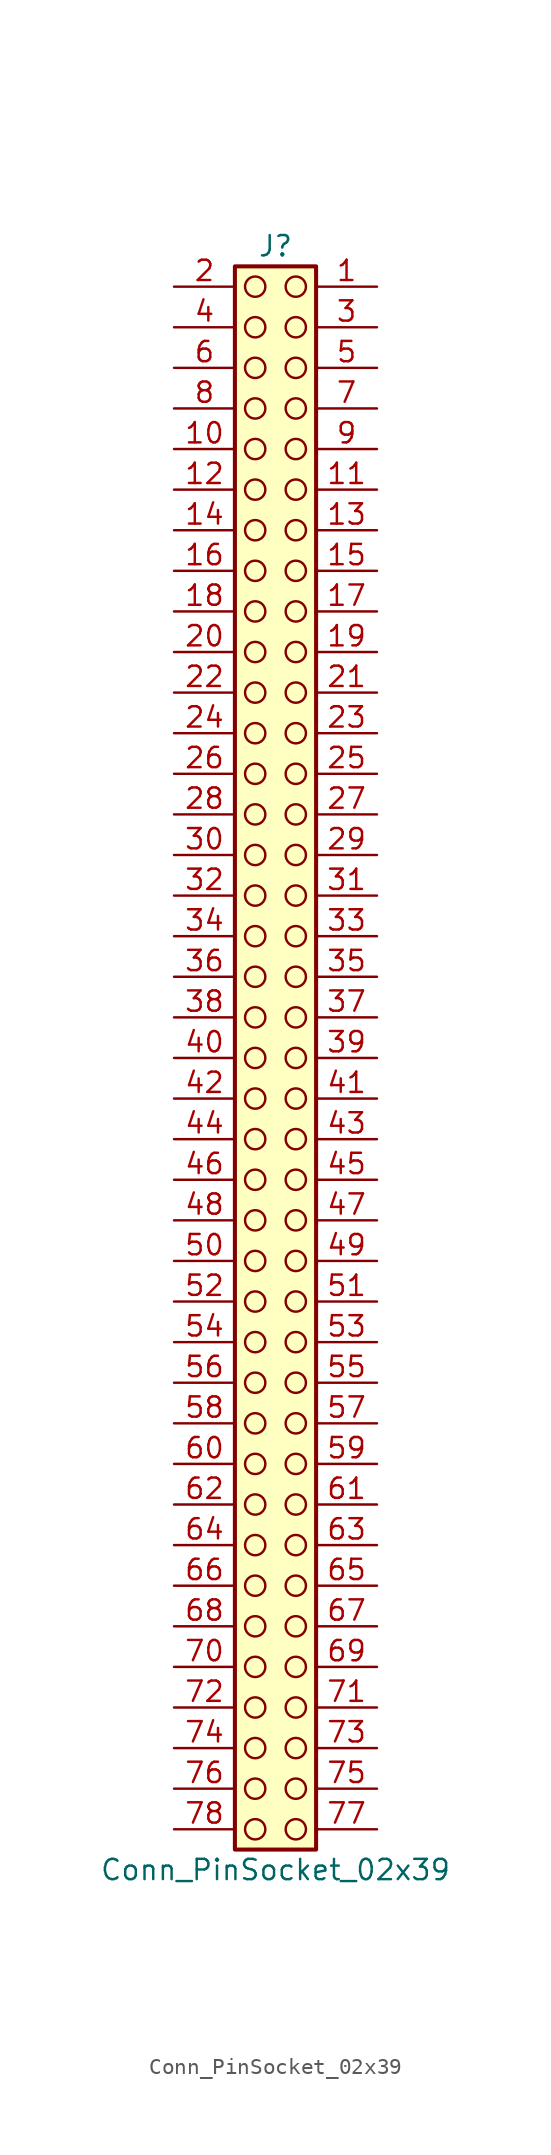
<source format=kicad_sym>
(kicad_symbol_lib
  (version 20241209)
  (generator "kicad_symbol_editor")
  (generator_version "9.0")
  (symbol "Conn_PinSocket_02x39"
    (pin_names
      (offset 1.016)
      (hide yes))
    (property "Reference" "J"
      (at 1.27 50.8 0)
      (effects (font (size 1.27 1.27))))
    (property "Value" "Conn_PinSocket_02x39"
      (at 1.27 -50.8 0)
      (effects (font (size 1.27 1.27))))
    (symbol "Conn_PinSocket_02x39_1_1"
      (rectangle (start -1.27 49.53) (end 3.81 -49.53) (stroke (width 0.254) (type default)) (fill (type background)))
      (circle (center 0 48.26) (radius 0.635) (stroke (width 0) (type solid) (color 132 0 0 1)) (fill (type none)))
      (circle (center 0 45.72) (radius 0.635) (stroke (width 0) (type solid) (color 132 0 0 1)) (fill (type none)))
      (circle (center 0 43.18) (radius 0.635) (stroke (width 0) (type solid) (color 132 0 0 1)) (fill (type none)))
      (circle (center 0 40.64) (radius 0.635) (stroke (width 0) (type solid) (color 132 0 0 1)) (fill (type none)))
      (circle (center 0 38.1) (radius 0.635) (stroke (width 0) (type solid) (color 132 0 0 1)) (fill (type none)))
      (circle (center 0 35.56) (radius 0.635) (stroke (width 0) (type solid) (color 132 0 0 1)) (fill (type none)))
      (circle (center 0 33.02) (radius 0.635) (stroke (width 0) (type solid) (color 132 0 0 1)) (fill (type none)))
      (circle (center 0 30.48) (radius 0.635) (stroke (width 0) (type solid) (color 132 0 0 1)) (fill (type none)))
      (circle (center 0 27.94) (radius 0.635) (stroke (width 0) (type solid) (color 132 0 0 1)) (fill (type none)))
      (circle (center 0 25.4) (radius 0.635) (stroke (width 0) (type solid) (color 132 0 0 1)) (fill (type none)))
      (circle (center 0 22.86) (radius 0.635) (stroke (width 0) (type solid) (color 132 0 0 1)) (fill (type none)))
      (circle (center 0 20.32) (radius 0.635) (stroke (width 0) (type solid) (color 132 0 0 1)) (fill (type none)))
      (circle (center 0 17.78) (radius 0.635) (stroke (width 0) (type solid) (color 132 0 0 1)) (fill (type none)))
      (circle (center 0 15.24) (radius 0.635) (stroke (width 0) (type solid) (color 132 0 0 1)) (fill (type none)))
      (circle (center 0 12.7) (radius 0.635) (stroke (width 0) (type solid) (color 132 0 0 1)) (fill (type none)))
      (circle (center 0 10.16) (radius 0.635) (stroke (width 0) (type solid) (color 132 0 0 1)) (fill (type none)))
      (circle (center 0 7.62) (radius 0.635) (stroke (width 0) (type solid) (color 132 0 0 1)) (fill (type none)))
      (circle (center 0 5.08) (radius 0.635) (stroke (width 0) (type solid) (color 132 0 0 1)) (fill (type none)))
      (circle (center 0 2.54) (radius 0.635) (stroke (width 0) (type solid) (color 132 0 0 1)) (fill (type none)))
      (circle (center 0 0) (radius 0.635) (stroke (width 0) (type solid) (color 132 0 0 1)) (fill (type none)))
      (circle (center 0 -2.54) (radius 0.635) (stroke (width 0) (type solid) (color 132 0 0 1)) (fill (type none)))
      (circle (center 0 -5.08) (radius 0.635) (stroke (width 0) (type solid) (color 132 0 0 1)) (fill (type none)))
      (circle (center 0 -7.62) (radius 0.635) (stroke (width 0) (type solid) (color 132 0 0 1)) (fill (type none)))
      (circle (center 0 -10.16) (radius 0.635) (stroke (width 0) (type solid) (color 132 0 0 1)) (fill (type none)))
      (circle (center 0 -12.7) (radius 0.635) (stroke (width 0) (type solid) (color 132 0 0 1)) (fill (type none)))
      (circle (center 0 -15.24) (radius 0.635) (stroke (width 0) (type solid) (color 132 0 0 1)) (fill (type none)))
      (circle (center 0 -17.78) (radius 0.635) (stroke (width 0) (type solid) (color 132 0 0 1)) (fill (type none)))
      (circle (center 0 -20.32) (radius 0.635) (stroke (width 0) (type solid) (color 132 0 0 1)) (fill (type none)))
      (circle (center 0 -22.86) (radius 0.635) (stroke (width 0) (type solid) (color 132 0 0 1)) (fill (type none)))
      (circle (center 0 -25.4) (radius 0.635) (stroke (width 0) (type solid) (color 132 0 0 1)) (fill (type none)))
      (circle (center 0 -27.94) (radius 0.635) (stroke (width 0) (type solid) (color 132 0 0 1)) (fill (type none)))
      (circle (center 0 -30.48) (radius 0.635) (stroke (width 0) (type solid) (color 132 0 0 1)) (fill (type none)))
      (circle (center 0 -33.02) (radius 0.635) (stroke (width 0) (type solid) (color 132 0 0 1)) (fill (type none)))
      (circle (center 0 -35.56) (radius 0.635) (stroke (width 0) (type solid) (color 132 0 0 1)) (fill (type none)))
      (circle (center 0 -38.1) (radius 0.635) (stroke (width 0) (type solid) (color 132 0 0 1)) (fill (type none)))
      (circle (center 0 -40.64) (radius 0.635) (stroke (width 0) (type solid) (color 132 0 0 1)) (fill (type none)))
      (circle (center 0 -43.18) (radius 0.635) (stroke (width 0) (type solid) (color 132 0 0 1)) (fill (type none)))
      (circle (center 0 -45.72) (radius 0.635) (stroke (width 0) (type solid) (color 132 0 0 1)) (fill (type none)))
      (circle (center 0 -48.26) (radius 0.635) (stroke (width 0) (type solid) (color 132 0 0 1)) (fill (type none)))
      (circle (center 2.54 48.26) (radius 0.635) (stroke (width 0) (type solid) (color 132 0 0 1)) (fill (type none)))
      (circle (center 2.54 45.72) (radius 0.635) (stroke (width 0) (type solid) (color 132 0 0 1)) (fill (type none)))
      (circle (center 2.54 43.18) (radius 0.635) (stroke (width 0) (type solid) (color 132 0 0 1)) (fill (type none)))
      (circle (center 2.54 40.64) (radius 0.635) (stroke (width 0) (type solid) (color 132 0 0 1)) (fill (type none)))
      (circle (center 2.54 38.1) (radius 0.635) (stroke (width 0) (type solid) (color 132 0 0 1)) (fill (type none)))
      (circle (center 2.54 35.56) (radius 0.635) (stroke (width 0) (type solid) (color 132 0 0 1)) (fill (type none)))
      (circle (center 2.54 33.02) (radius 0.635) (stroke (width 0) (type solid) (color 132 0 0 1)) (fill (type none)))
      (circle (center 2.54 30.48) (radius 0.635) (stroke (width 0) (type solid) (color 132 0 0 1)) (fill (type none)))
      (circle (center 2.54 27.94) (radius 0.635) (stroke (width 0) (type solid) (color 132 0 0 1)) (fill (type none)))
      (circle (center 2.54 25.4) (radius 0.635) (stroke (width 0) (type solid) (color 132 0 0 1)) (fill (type none)))
      (circle (center 2.54 22.86) (radius 0.635) (stroke (width 0) (type solid) (color 132 0 0 1)) (fill (type none)))
      (circle (center 2.54 20.32) (radius 0.635) (stroke (width 0) (type solid) (color 132 0 0 1)) (fill (type none)))
      (circle (center 2.54 17.78) (radius 0.635) (stroke (width 0) (type solid) (color 132 0 0 1)) (fill (type none)))
      (circle (center 2.54 15.24) (radius 0.635) (stroke (width 0) (type solid) (color 132 0 0 1)) (fill (type none)))
      (circle (center 2.54 12.7) (radius 0.635) (stroke (width 0) (type solid) (color 132 0 0 1)) (fill (type none)))
      (circle (center 2.54 10.16) (radius 0.635) (stroke (width 0) (type solid) (color 132 0 0 1)) (fill (type none)))
      (circle (center 2.54 7.62) (radius 0.635) (stroke (width 0) (type solid) (color 132 0 0 1)) (fill (type none)))
      (circle (center 2.54 5.08) (radius 0.635) (stroke (width 0) (type solid) (color 132 0 0 1)) (fill (type none)))
      (circle (center 2.54 2.54) (radius 0.635) (stroke (width 0) (type solid) (color 132 0 0 1)) (fill (type none)))
      (circle (center 2.54 0) (radius 0.635) (stroke (width 0) (type solid) (color 132 0 0 1)) (fill (type none)))
      (circle (center 2.54 -2.54) (radius 0.635) (stroke (width 0) (type solid) (color 132 0 0 1)) (fill (type none)))
      (circle (center 2.54 -5.08) (radius 0.635) (stroke (width 0) (type solid) (color 132 0 0 1)) (fill (type none)))
      (circle (center 2.54 -7.62) (radius 0.635) (stroke (width 0) (type solid) (color 132 0 0 1)) (fill (type none)))
      (circle (center 2.54 -10.16) (radius 0.635) (stroke (width 0) (type solid) (color 132 0 0 1)) (fill (type none)))
      (circle (center 2.54 -12.7) (radius 0.635) (stroke (width 0) (type solid) (color 132 0 0 1)) (fill (type none)))
      (circle (center 2.54 -15.24) (radius 0.635) (stroke (width 0) (type solid) (color 132 0 0 1)) (fill (type none)))
      (circle (center 2.54 -17.78) (radius 0.635) (stroke (width 0) (type solid) (color 132 0 0 1)) (fill (type none)))
      (circle (center 2.54 -20.32) (radius 0.635) (stroke (width 0) (type solid) (color 132 0 0 1)) (fill (type none)))
      (circle (center 2.54 -22.86) (radius 0.635) (stroke (width 0) (type solid) (color 132 0 0 1)) (fill (type none)))
      (circle (center 2.54 -25.4) (radius 0.635) (stroke (width 0) (type solid) (color 132 0 0 1)) (fill (type none)))
      (circle (center 2.54 -27.94) (radius 0.635) (stroke (width 0) (type solid) (color 132 0 0 1)) (fill (type none)))
      (circle (center 2.54 -30.48) (radius 0.635) (stroke (width 0) (type solid) (color 132 0 0 1)) (fill (type none)))
      (circle (center 2.54 -33.02) (radius 0.635) (stroke (width 0) (type solid) (color 132 0 0 1)) (fill (type none)))
      (circle (center 2.54 -35.56) (radius 0.635) (stroke (width 0) (type solid) (color 132 0 0 1)) (fill (type none)))
      (circle (center 2.54 -38.1) (radius 0.635) (stroke (width 0) (type solid) (color 132 0 0 1)) (fill (type none)))
      (circle (center 2.54 -40.64) (radius 0.635) (stroke (width 0) (type solid) (color 132 0 0 1)) (fill (type none)))
      (circle (center 2.54 -43.18) (radius 0.635) (stroke (width 0) (type solid) (color 132 0 0 1)) (fill (type none)))
      (circle (center 2.54 -45.72) (radius 0.635) (stroke (width 0) (type solid) (color 132 0 0 1)) (fill (type none)))
      (circle (center 2.54 -48.26) (radius 0.635) (stroke (width 0) (type solid) (color 132 0 0 1)) (fill (type none)))
      (pin passive line (at -5.08 48.26 0) (length 3.81) (name "Pin_2" (effects (font (size 1.27 1.27)))) (number "2" (effects (font (size 1.27 1.27)))))
      (pin passive line (at -5.08 45.72 0) (length 3.81) (name "Pin_4" (effects (font (size 1.27 1.27)))) (number "4" (effects (font (size 1.27 1.27)))))
      (pin passive line (at -5.08 43.18 0) (length 3.81) (name "Pin_6" (effects (font (size 1.27 1.27)))) (number "6" (effects (font (size 1.27 1.27)))))
      (pin passive line (at -5.08 40.64 0) (length 3.81) (name "Pin_8" (effects (font (size 1.27 1.27)))) (number "8" (effects (font (size 1.27 1.27)))))
      (pin passive line (at -5.08 38.1 0) (length 3.81) (name "Pin_10" (effects (font (size 1.27 1.27)))) (number "10" (effects (font (size 1.27 1.27)))))
      (pin passive line (at -5.08 35.56 0) (length 3.81) (name "Pin_12" (effects (font (size 1.27 1.27)))) (number "12" (effects (font (size 1.27 1.27)))))
      (pin passive line (at -5.08 33.02 0) (length 3.81) (name "Pin_14" (effects (font (size 1.27 1.27)))) (number "14" (effects (font (size 1.27 1.27)))))
      (pin passive line (at -5.08 30.48 0) (length 3.81) (name "Pin_16" (effects (font (size 1.27 1.27)))) (number "16" (effects (font (size 1.27 1.27)))))
      (pin passive line (at -5.08 27.94 0) (length 3.81) (name "Pin_18" (effects (font (size 1.27 1.27)))) (number "18" (effects (font (size 1.27 1.27)))))
      (pin passive line (at -5.08 25.4 0) (length 3.81) (name "Pin_20" (effects (font (size 1.27 1.27)))) (number "20" (effects (font (size 1.27 1.27)))))
      (pin passive line (at -5.08 22.86 0) (length 3.81) (name "Pin_22" (effects (font (size 1.27 1.27)))) (number "22" (effects (font (size 1.27 1.27)))))
      (pin passive line (at -5.08 20.32 0) (length 3.81) (name "Pin_24" (effects (font (size 1.27 1.27)))) (number "24" (effects (font (size 1.27 1.27)))))
      (pin passive line (at -5.08 17.78 0) (length 3.81) (name "Pin_26" (effects (font (size 1.27 1.27)))) (number "26" (effects (font (size 1.27 1.27)))))
      (pin passive line (at -5.08 15.24 0) (length 3.81) (name "Pin_28" (effects (font (size 1.27 1.27)))) (number "28" (effects (font (size 1.27 1.27)))))
      (pin passive line (at -5.08 12.7 0) (length 3.81) (name "Pin_30" (effects (font (size 1.27 1.27)))) (number "30" (effects (font (size 1.27 1.27)))))
      (pin passive line (at -5.08 10.16 0) (length 3.81) (name "Pin_32" (effects (font (size 1.27 1.27)))) (number "32" (effects (font (size 1.27 1.27)))))
      (pin passive line (at -5.08 7.62 0) (length 3.81) (name "Pin_34" (effects (font (size 1.27 1.27)))) (number "34" (effects (font (size 1.27 1.27)))))
      (pin passive line (at -5.08 5.08 0) (length 3.81) (name "Pin_36" (effects (font (size 1.27 1.27)))) (number "36" (effects (font (size 1.27 1.27)))))
      (pin passive line (at -5.08 2.54 0) (length 3.81) (name "Pin_38" (effects (font (size 1.27 1.27)))) (number "38" (effects (font (size 1.27 1.27)))))
      (pin passive line (at -5.08 0 0) (length 3.81) (name "Pin_40" (effects (font (size 1.27 1.27)))) (number "40" (effects (font (size 1.27 1.27)))))
      (pin passive line (at -5.08 -2.54 0) (length 3.81) (name "Pin_42" (effects (font (size 1.27 1.27)))) (number "42" (effects (font (size 1.27 1.27)))))
      (pin passive line (at -5.08 -5.08 0) (length 3.81) (name "Pin_44" (effects (font (size 1.27 1.27)))) (number "44" (effects (font (size 1.27 1.27)))))
      (pin passive line (at -5.08 -7.62 0) (length 3.81) (name "Pin_46" (effects (font (size 1.27 1.27)))) (number "46" (effects (font (size 1.27 1.27)))))
      (pin passive line (at -5.08 -10.16 0) (length 3.81) (name "Pin_48" (effects (font (size 1.27 1.27)))) (number "48" (effects (font (size 1.27 1.27)))))
      (pin passive line (at -5.08 -12.7 0) (length 3.81) (name "Pin_50" (effects (font (size 1.27 1.27)))) (number "50" (effects (font (size 1.27 1.27)))))
      (pin passive line (at -5.08 -15.24 0) (length 3.81) (name "Pin_52" (effects (font (size 1.27 1.27)))) (number "52" (effects (font (size 1.27 1.27)))))
      (pin passive line (at -5.08 -17.78 0) (length 3.81) (name "Pin_54" (effects (font (size 1.27 1.27)))) (number "54" (effects (font (size 1.27 1.27)))))
      (pin passive line (at -5.08 -20.32 0) (length 3.81) (name "Pin_56" (effects (font (size 1.27 1.27)))) (number "56" (effects (font (size 1.27 1.27)))))
      (pin passive line (at -5.08 -22.86 0) (length 3.81) (name "Pin_58" (effects (font (size 1.27 1.27)))) (number "58" (effects (font (size 1.27 1.27)))))
      (pin passive line (at -5.08 -25.4 0) (length 3.81) (name "Pin_60" (effects (font (size 1.27 1.27)))) (number "60" (effects (font (size 1.27 1.27)))))
      (pin passive line (at -5.08 -27.94 0) (length 3.81) (name "Pin_62" (effects (font (size 1.27 1.27)))) (number "62" (effects (font (size 1.27 1.27)))))
      (pin passive line (at -5.08 -30.48 0) (length 3.81) (name "Pin_64" (effects (font (size 1.27 1.27)))) (number "64" (effects (font (size 1.27 1.27)))))
      (pin passive line (at -5.08 -33.02 0) (length 3.81) (name "Pin_66" (effects (font (size 1.27 1.27)))) (number "66" (effects (font (size 1.27 1.27)))))
      (pin passive line (at -5.08 -35.56 0) (length 3.81) (name "Pin_68" (effects (font (size 1.27 1.27)))) (number "68" (effects (font (size 1.27 1.27)))))
      (pin passive line (at -5.08 -38.1 0) (length 3.81) (name "Pin_70" (effects (font (size 1.27 1.27)))) (number "70" (effects (font (size 1.27 1.27)))))
      (pin passive line (at -5.08 -40.64 0) (length 3.81) (name "Pin_72" (effects (font (size 1.27 1.27)))) (number "72" (effects (font (size 1.27 1.27)))))
      (pin passive line (at -5.08 -43.18 0) (length 3.81) (name "Pin_74" (effects (font (size 1.27 1.27)))) (number "74" (effects (font (size 1.27 1.27)))))
      (pin passive line (at -5.08 -45.72 0) (length 3.81) (name "Pin_76" (effects (font (size 1.27 1.27)))) (number "76" (effects (font (size 1.27 1.27)))))
      (pin passive line (at -5.08 -48.26 0) (length 3.81) (name "Pin_78" (effects (font (size 1.27 1.27)))) (number "78" (effects (font (size 1.27 1.27)))))
      (pin passive line (at 7.62 48.26 180) (length 3.81) (name "Pin_1" (effects (font (size 1.27 1.27)))) (number "1" (effects (font (size 1.27 1.27)))))
      (pin passive line (at 7.62 45.72 180) (length 3.81) (name "Pin_3" (effects (font (size 1.27 1.27)))) (number "3" (effects (font (size 1.27 1.27)))))
      (pin passive line (at 7.62 43.18 180) (length 3.81) (name "Pin_5" (effects (font (size 1.27 1.27)))) (number "5" (effects (font (size 1.27 1.27)))))
      (pin passive line (at 7.62 40.64 180) (length 3.81) (name "Pin_7" (effects (font (size 1.27 1.27)))) (number "7" (effects (font (size 1.27 1.27)))))
      (pin passive line (at 7.62 38.1 180) (length 3.81) (name "Pin_9" (effects (font (size 1.27 1.27)))) (number "9" (effects (font (size 1.27 1.27)))))
      (pin passive line (at 7.62 35.56 180) (length 3.81) (name "Pin_11" (effects (font (size 1.27 1.27)))) (number "11" (effects (font (size 1.27 1.27)))))
      (pin passive line (at 7.62 33.02 180) (length 3.81) (name "Pin_13" (effects (font (size 1.27 1.27)))) (number "13" (effects (font (size 1.27 1.27)))))
      (pin passive line (at 7.62 30.48 180) (length 3.81) (name "Pin_15" (effects (font (size 1.27 1.27)))) (number "15" (effects (font (size 1.27 1.27)))))
      (pin passive line (at 7.62 27.94 180) (length 3.81) (name "Pin_17" (effects (font (size 1.27 1.27)))) (number "17" (effects (font (size 1.27 1.27)))))
      (pin passive line (at 7.62 25.4 180) (length 3.81) (name "Pin_19" (effects (font (size 1.27 1.27)))) (number "19" (effects (font (size 1.27 1.27)))))
      (pin passive line (at 7.62 22.86 180) (length 3.81) (name "Pin_21" (effects (font (size 1.27 1.27)))) (number "21" (effects (font (size 1.27 1.27)))))
      (pin passive line (at 7.62 20.32 180) (length 3.81) (name "Pin_23" (effects (font (size 1.27 1.27)))) (number "23" (effects (font (size 1.27 1.27)))))
      (pin passive line (at 7.62 17.78 180) (length 3.81) (name "Pin_25" (effects (font (size 1.27 1.27)))) (number "25" (effects (font (size 1.27 1.27)))))
      (pin passive line (at 7.62 15.24 180) (length 3.81) (name "Pin_27" (effects (font (size 1.27 1.27)))) (number "27" (effects (font (size 1.27 1.27)))))
      (pin passive line (at 7.62 12.7 180) (length 3.81) (name "Pin_29" (effects (font (size 1.27 1.27)))) (number "29" (effects (font (size 1.27 1.27)))))
      (pin passive line (at 7.62 10.16 180) (length 3.81) (name "Pin_31" (effects (font (size 1.27 1.27)))) (number "31" (effects (font (size 1.27 1.27)))))
      (pin passive line (at 7.62 7.62 180) (length 3.81) (name "Pin_33" (effects (font (size 1.27 1.27)))) (number "33" (effects (font (size 1.27 1.27)))))
      (pin passive line (at 7.62 5.08 180) (length 3.81) (name "Pin_35" (effects (font (size 1.27 1.27)))) (number "35" (effects (font (size 1.27 1.27)))))
      (pin passive line (at 7.62 2.54 180) (length 3.81) (name "Pin_37" (effects (font (size 1.27 1.27)))) (number "37" (effects (font (size 1.27 1.27)))))
      (pin passive line (at 7.62 0 180) (length 3.81) (name "Pin_39" (effects (font (size 1.27 1.27)))) (number "39" (effects (font (size 1.27 1.27)))))
      (pin passive line (at 7.62 -2.54 180) (length 3.81) (name "Pin_41" (effects (font (size 1.27 1.27)))) (number "41" (effects (font (size 1.27 1.27)))))
      (pin passive line (at 7.62 -5.08 180) (length 3.81) (name "Pin_43" (effects (font (size 1.27 1.27)))) (number "43" (effects (font (size 1.27 1.27)))))
      (pin passive line (at 7.62 -7.62 180) (length 3.81) (name "Pin_45" (effects (font (size 1.27 1.27)))) (number "45" (effects (font (size 1.27 1.27)))))
      (pin passive line (at 7.62 -10.16 180) (length 3.81) (name "Pin_47" (effects (font (size 1.27 1.27)))) (number "47" (effects (font (size 1.27 1.27)))))
      (pin passive line (at 7.62 -12.7 180) (length 3.81) (name "Pin_49" (effects (font (size 1.27 1.27)))) (number "49" (effects (font (size 1.27 1.27)))))
      (pin passive line (at 7.62 -15.24 180) (length 3.81) (name "Pin_51" (effects (font (size 1.27 1.27)))) (number "51" (effects (font (size 1.27 1.27)))))
      (pin passive line (at 7.62 -17.78 180) (length 3.81) (name "Pin_53" (effects (font (size 1.27 1.27)))) (number "53" (effects (font (size 1.27 1.27)))))
      (pin passive line (at 7.62 -20.32 180) (length 3.81) (name "Pin_55" (effects (font (size 1.27 1.27)))) (number "55" (effects (font (size 1.27 1.27)))))
      (pin passive line (at 7.62 -22.86 180) (length 3.81) (name "Pin_57" (effects (font (size 1.27 1.27)))) (number "57" (effects (font (size 1.27 1.27)))))
      (pin passive line (at 7.62 -25.4 180) (length 3.81) (name "Pin_59" (effects (font (size 1.27 1.27)))) (number "59" (effects (font (size 1.27 1.27)))))
      (pin passive line (at 7.62 -27.94 180) (length 3.81) (name "Pin_61" (effects (font (size 1.27 1.27)))) (number "61" (effects (font (size 1.27 1.27)))))
      (pin passive line (at 7.62 -30.48 180) (length 3.81) (name "Pin_63" (effects (font (size 1.27 1.27)))) (number "63" (effects (font (size 1.27 1.27)))))
      (pin passive line (at 7.62 -33.02 180) (length 3.81) (name "Pin_65" (effects (font (size 1.27 1.27)))) (number "65" (effects (font (size 1.27 1.27)))))
      (pin passive line (at 7.62 -35.56 180) (length 3.81) (name "Pin_67" (effects (font (size 1.27 1.27)))) (number "67" (effects (font (size 1.27 1.27)))))
      (pin passive line (at 7.62 -38.1 180) (length 3.81) (name "Pin_69" (effects (font (size 1.27 1.27)))) (number "69" (effects (font (size 1.27 1.27)))))
      (pin passive line (at 7.62 -40.64 180) (length 3.81) (name "Pin_71" (effects (font (size 1.27 1.27)))) (number "71" (effects (font (size 1.27 1.27)))))
      (pin passive line (at 7.62 -43.18 180) (length 3.81) (name "Pin_73" (effects (font (size 1.27 1.27)))) (number "73" (effects (font (size 1.27 1.27)))))
      (pin passive line (at 7.62 -45.72 180) (length 3.81) (name "Pin_75" (effects (font (size 1.27 1.27)))) (number "75" (effects (font (size 1.27 1.27)))))
      (pin passive line (at 7.62 -48.26 180) (length 3.81) (name "Pin_77" (effects (font (size 1.27 1.27)))) (number "77" (effects (font (size 1.27 1.27))))))))
</source>
